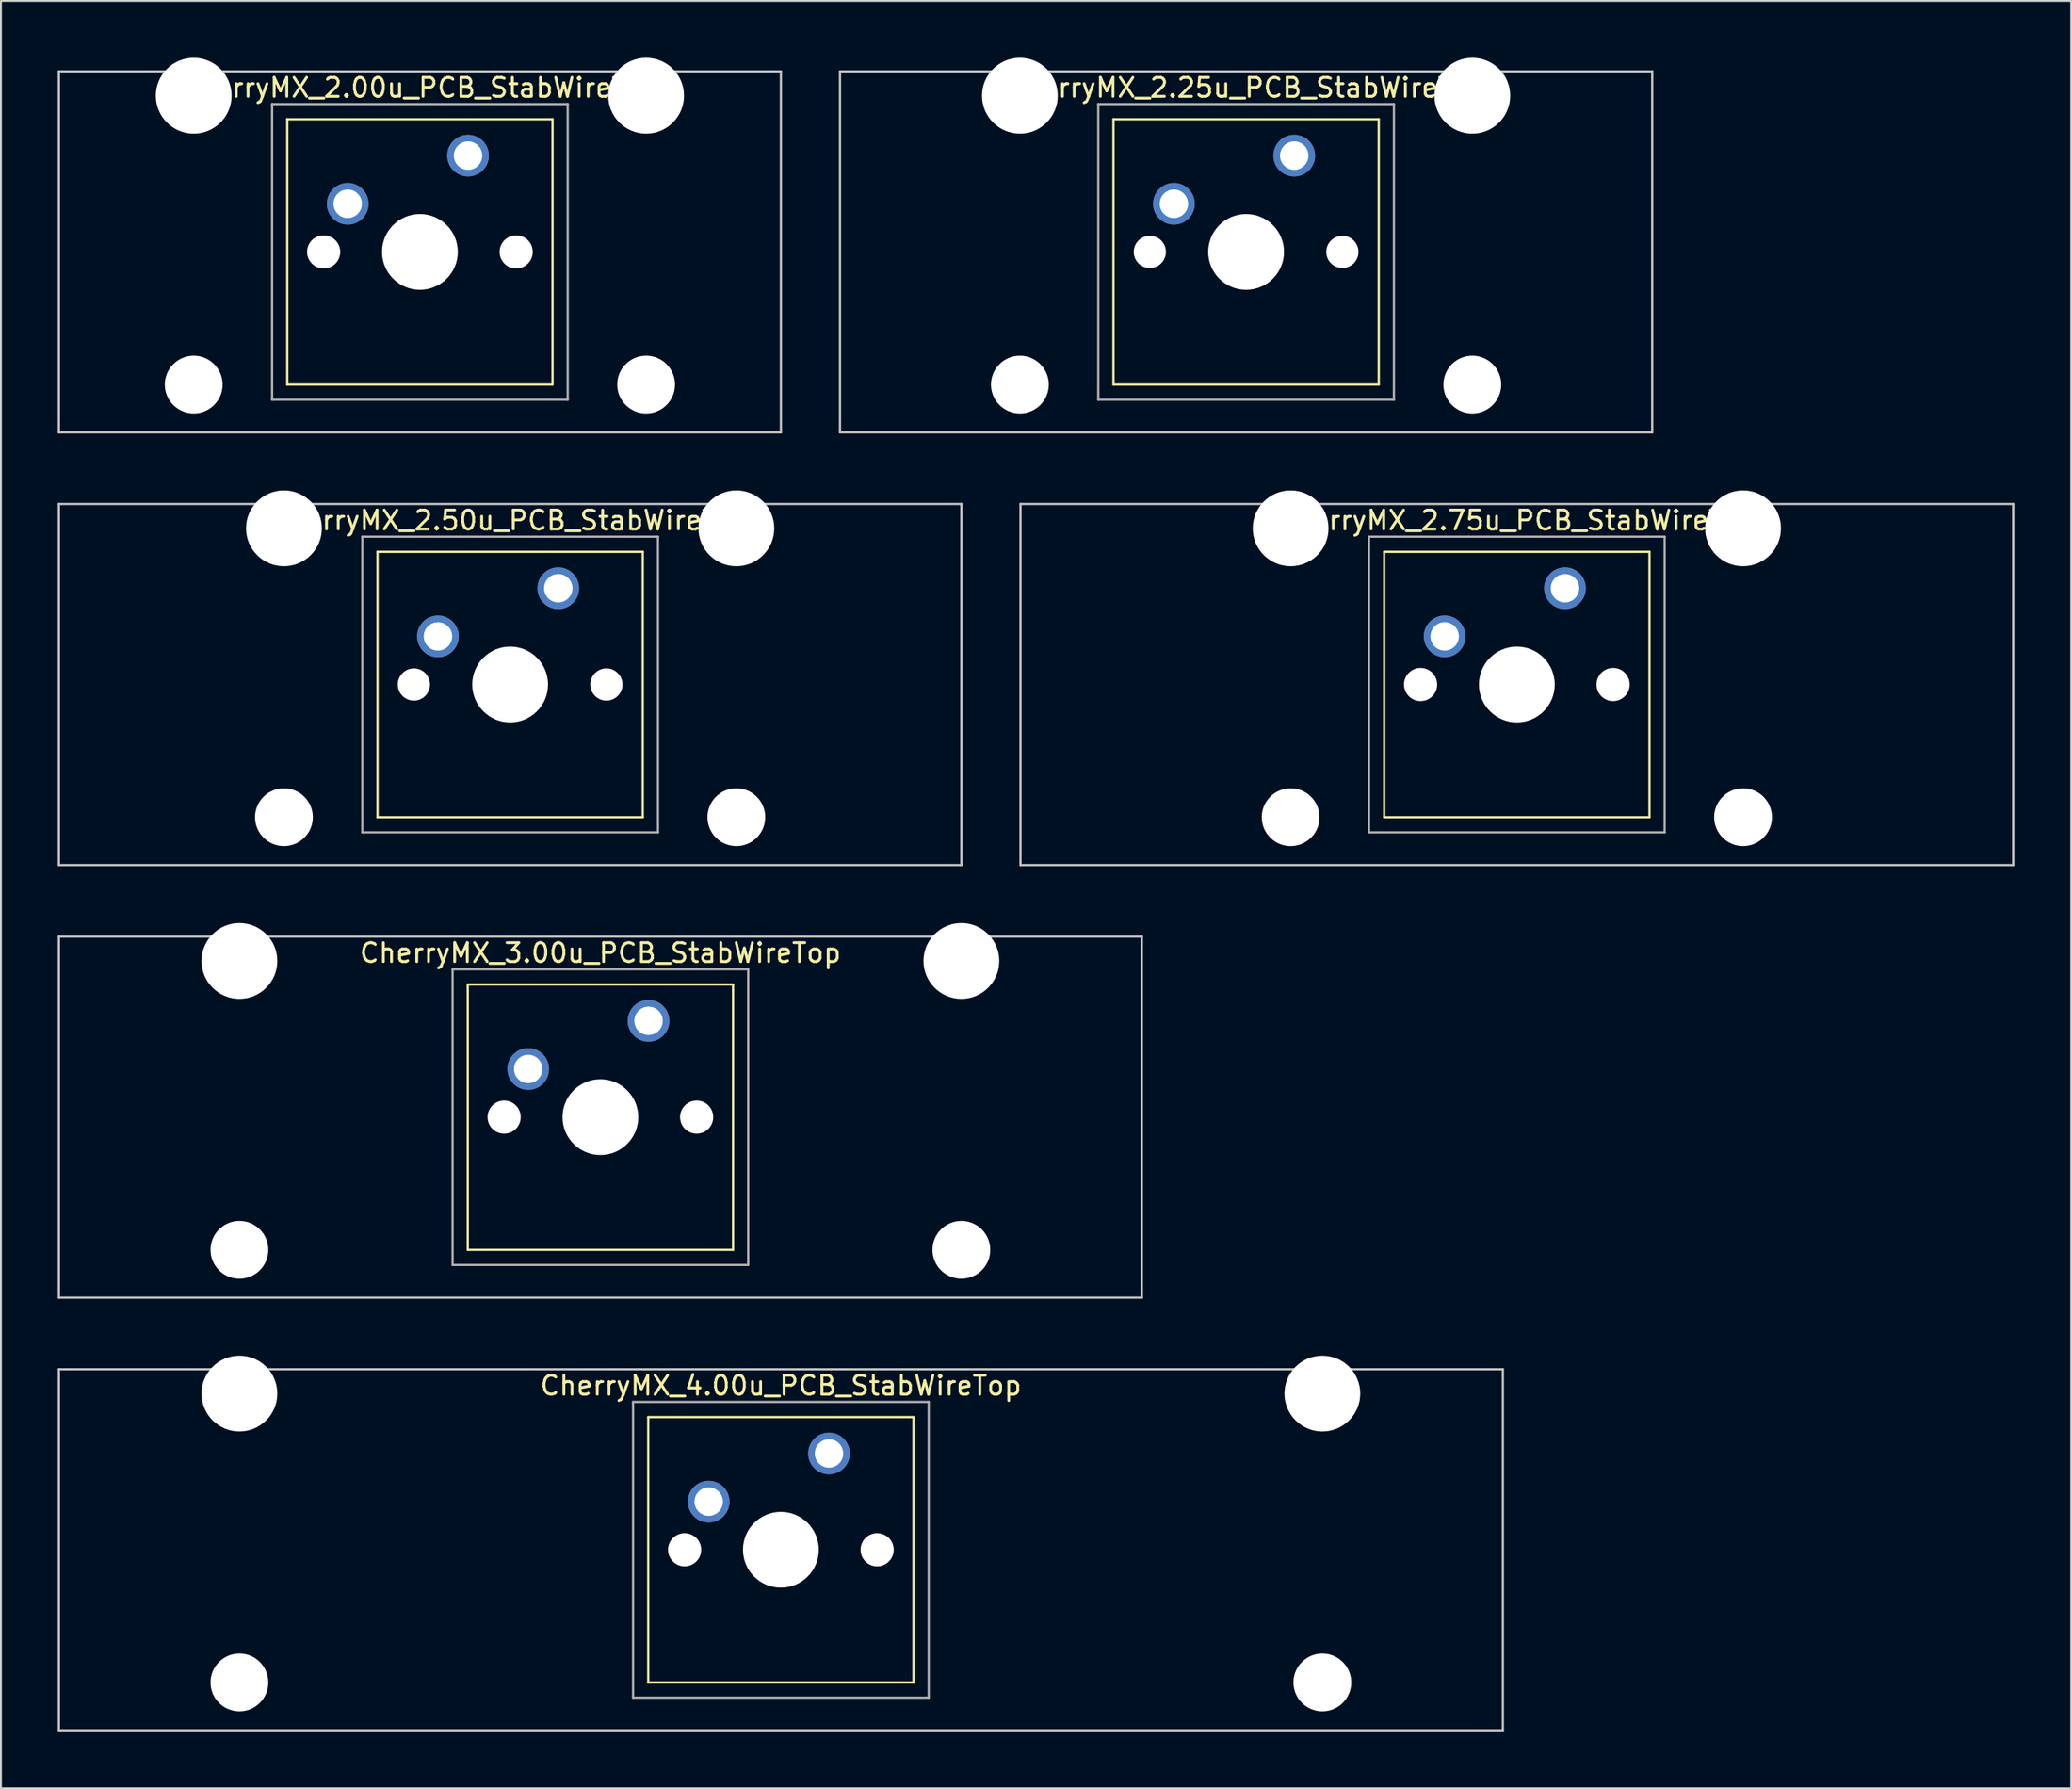
<source format=kicad_pcb>
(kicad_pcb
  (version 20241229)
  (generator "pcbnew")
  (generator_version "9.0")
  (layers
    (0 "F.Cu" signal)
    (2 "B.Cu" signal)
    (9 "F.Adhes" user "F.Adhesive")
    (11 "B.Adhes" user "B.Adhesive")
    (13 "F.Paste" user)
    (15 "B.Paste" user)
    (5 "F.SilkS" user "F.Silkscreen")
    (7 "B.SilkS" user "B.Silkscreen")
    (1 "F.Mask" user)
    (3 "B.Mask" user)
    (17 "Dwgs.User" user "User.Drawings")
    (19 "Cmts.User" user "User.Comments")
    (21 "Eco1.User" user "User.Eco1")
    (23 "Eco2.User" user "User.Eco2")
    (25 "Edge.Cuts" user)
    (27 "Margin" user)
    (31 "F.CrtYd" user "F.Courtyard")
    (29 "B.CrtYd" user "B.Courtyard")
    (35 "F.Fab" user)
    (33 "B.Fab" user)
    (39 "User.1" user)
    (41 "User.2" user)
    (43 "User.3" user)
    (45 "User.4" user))
  (footprint "CherryMX_2.50u_PCB_StabWireTop"
    (layer "F.Cu")
    (at 23.872 33.065)
    (property "Reference" "CherryMX_2.50u_PCB_StabWireTop" (at 0 -8.662 0) (layer "F.SilkS") (effects (font (size 1 1) (thickness 0.15))))
    (attr through_hole)
    (fp_line (start -7 -7) (end -7 7) (stroke (width 0.12) (type solid)) (layer "F.SilkS"))
    (fp_line (start -7 -7) (end 7 -7) (stroke (width 0.12) (type solid)) (layer "F.SilkS"))
    (fp_line (start 7 -7) (end 7 7) (stroke (width 0.12) (type solid)) (layer "F.SilkS"))
    (fp_line (start 7 7) (end -7 7) (stroke (width 0.12) (type solid)) (layer "F.SilkS"))
    (fp_line (start -23.812 -9.525) (end 23.812 -9.525) (stroke (width 0.12) (type solid)) (layer "Dwgs.User"))
    (fp_line (start -23.812 9.525) (end -23.812 -9.525) (stroke (width 0.12) (type solid)) (layer "Dwgs.User"))
    (fp_line (start 23.812 -9.525) (end 23.812 9.525) (stroke (width 0.12) (type solid)) (layer "Dwgs.User"))
    (fp_line (start 23.812 9.525) (end -23.812 9.525) (stroke (width 0.12) (type solid)) (layer "Dwgs.User"))
    (fp_line (start -7.8 -7.8) (end -7.8 7.8) (stroke (width 0.12) (type solid)) (layer "F.Fab"))
    (fp_line (start -7.8 -7.8) (end 7.8 -7.8) (stroke (width 0.12) (type solid)) (layer "F.Fab"))
    (fp_line (start -7.8 7.8) (end 7.8 7.8) (stroke (width 0.12) (type solid)) (layer "F.Fab"))
    (fp_line (start 7.8 -7.8) (end 7.8 7.8) (stroke (width 0.12) (type solid)) (layer "F.Fab"))
    (pad "" np_thru_hole circle (at -11.938 -8.24) (size 4 4) (drill 4) (layers "*.Cu" "*.Mask"))
    (pad "" np_thru_hole circle (at -11.938 7) (size 3.05 3.05) (drill 3.05) (layers "*.Cu" "*.Mask"))
    (pad "" np_thru_hole circle (at -5.08 0) (size 1.7 1.7) (drill 1.7) (layers "*.Cu" "*.Mask"))
    (pad "" np_thru_hole circle (at 0 0) (size 4 4) (drill 4) (layers "*.Cu" "*.Mask"))
    (pad "" np_thru_hole circle (at 5.08 0) (size 1.7 1.7) (drill 1.7) (layers "*.Cu" "*.Mask"))
    (pad "" np_thru_hole circle (at 11.938 -8.24) (size 4 4) (drill 4) (layers "*.Cu" "*.Mask"))
    (pad "" np_thru_hole circle (at 11.938 7) (size 3.05 3.05) (drill 3.05) (layers "*.Cu" "*.Mask"))
    (pad "1" thru_hole circle (at -3.81 -2.54) (size 2.2 2.2) (drill 1.5) (layers "*.Cu" "*.Mask"))
    (pad "2" thru_hole circle (at 2.54 -5.08) (size 2.2 2.2) (drill 1.5) (layers "*.Cu" "*.Mask")))
  (footprint "CherryMX_2.25u_PCB_StabWireTop"
    (layer "F.Cu")
    (at 62.711 10.24)
    (property "Reference" "CherryMX_2.25u_PCB_StabWireTop" (at 0 -8.662 0) (layer "F.SilkS") (effects (font (size 1 1) (thickness 0.15))))
    (attr through_hole)
    (fp_line (start -7 -7) (end -7 7) (stroke (width 0.12) (type solid)) (layer "F.SilkS"))
    (fp_line (start -7 -7) (end 7 -7) (stroke (width 0.12) (type solid)) (layer "F.SilkS"))
    (fp_line (start 7 -7) (end 7 7) (stroke (width 0.12) (type solid)) (layer "F.SilkS"))
    (fp_line (start 7 7) (end -7 7) (stroke (width 0.12) (type solid)) (layer "F.SilkS"))
    (fp_line (start -21.431 -9.525) (end 21.431 -9.525) (stroke (width 0.12) (type solid)) (layer "Dwgs.User"))
    (fp_line (start -21.431 9.525) (end -21.431 -9.525) (stroke (width 0.12) (type solid)) (layer "Dwgs.User"))
    (fp_line (start 21.431 -9.525) (end 21.431 9.525) (stroke (width 0.12) (type solid)) (layer "Dwgs.User"))
    (fp_line (start 21.431 9.525) (end -21.431 9.525) (stroke (width 0.12) (type solid)) (layer "Dwgs.User"))
    (fp_line (start -7.8 -7.8) (end -7.8 7.8) (stroke (width 0.12) (type solid)) (layer "F.Fab"))
    (fp_line (start -7.8 -7.8) (end 7.8 -7.8) (stroke (width 0.12) (type solid)) (layer "F.Fab"))
    (fp_line (start -7.8 7.8) (end 7.8 7.8) (stroke (width 0.12) (type solid)) (layer "F.Fab"))
    (fp_line (start 7.8 -7.8) (end 7.8 7.8) (stroke (width 0.12) (type solid)) (layer "F.Fab"))
    (pad "" np_thru_hole circle (at -11.938 -8.24) (size 4 4) (drill 4) (layers "*.Cu" "*.Mask"))
    (pad "" np_thru_hole circle (at -11.938 7) (size 3.05 3.05) (drill 3.05) (layers "*.Cu" "*.Mask"))
    (pad "" np_thru_hole circle (at -5.08 0) (size 1.7 1.7) (drill 1.7) (layers "*.Cu" "*.Mask"))
    (pad "" np_thru_hole circle (at 0 0) (size 4 4) (drill 4) (layers "*.Cu" "*.Mask"))
    (pad "" np_thru_hole circle (at 5.08 0) (size 1.7 1.7) (drill 1.7) (layers "*.Cu" "*.Mask"))
    (pad "" np_thru_hole circle (at 11.938 -8.24) (size 4 4) (drill 4) (layers "*.Cu" "*.Mask"))
    (pad "" np_thru_hole circle (at 11.938 7) (size 3.05 3.05) (drill 3.05) (layers "*.Cu" "*.Mask"))
    (pad "1" thru_hole circle (at -3.81 -2.54) (size 2.2 2.2) (drill 1.5) (layers "*.Cu" "*.Mask"))
    (pad "2" thru_hole circle (at 2.54 -5.08) (size 2.2 2.2) (drill 1.5) (layers "*.Cu" "*.Mask")))
  (footprint "CherryMX_4.00u_PCB_StabWireTop"
    (layer "F.Cu")
    (at 38.16 78.715)
    (property "Reference" "CherryMX_4.00u_PCB_StabWireTop" (at 0 -8.662 0) (layer "F.SilkS") (effects (font (size 1 1) (thickness 0.15))))
    (attr through_hole)
    (fp_line (start -7 -7) (end -7 7) (stroke (width 0.12) (type solid)) (layer "F.SilkS"))
    (fp_line (start -7 -7) (end 7 -7) (stroke (width 0.12) (type solid)) (layer "F.SilkS"))
    (fp_line (start 7 -7) (end 7 7) (stroke (width 0.12) (type solid)) (layer "F.SilkS"))
    (fp_line (start 7 7) (end -7 7) (stroke (width 0.12) (type solid)) (layer "F.SilkS"))
    (fp_line (start -38.1 -9.525) (end 38.1 -9.525) (stroke (width 0.12) (type solid)) (layer "Dwgs.User"))
    (fp_line (start -38.1 9.525) (end -38.1 -9.525) (stroke (width 0.12) (type solid)) (layer "Dwgs.User"))
    (fp_line (start 38.1 -9.525) (end 38.1 9.525) (stroke (width 0.12) (type solid)) (layer "Dwgs.User"))
    (fp_line (start 38.1 9.525) (end -38.1 9.525) (stroke (width 0.12) (type solid)) (layer "Dwgs.User"))
    (fp_line (start -7.8 -7.8) (end -7.8 7.8) (stroke (width 0.12) (type solid)) (layer "F.Fab"))
    (fp_line (start -7.8 -7.8) (end 7.8 -7.8) (stroke (width 0.12) (type solid)) (layer "F.Fab"))
    (fp_line (start -7.8 7.8) (end 7.8 7.8) (stroke (width 0.12) (type solid)) (layer "F.Fab"))
    (fp_line (start 7.8 -7.8) (end 7.8 7.8) (stroke (width 0.12) (type solid)) (layer "F.Fab"))
    (pad "" np_thru_hole circle (at -28.575 -8.24) (size 4 4) (drill 4) (layers "*.Cu" "*.Mask"))
    (pad "" np_thru_hole circle (at -28.575 7) (size 3.05 3.05) (drill 3.05) (layers "*.Cu" "*.Mask"))
    (pad "" np_thru_hole circle (at -5.08 0) (size 1.75 1.75) (drill 1.75) (layers "*.Cu" "*.Mask"))
    (pad "" np_thru_hole circle (at 0 0) (size 4 4) (drill 4) (layers "*.Cu" "*.Mask"))
    (pad "" np_thru_hole circle (at 5.08 0) (size 1.75 1.75) (drill 1.75) (layers "*.Cu" "*.Mask"))
    (pad "" np_thru_hole circle (at 28.575 -8.24) (size 4 4) (drill 4) (layers "*.Cu" "*.Mask"))
    (pad "" np_thru_hole circle (at 28.575 7) (size 3.05 3.05) (drill 3.05) (layers "*.Cu" "*.Mask"))
    (pad "1" thru_hole circle (at -3.81 -2.54) (size 2.2 2.2) (drill 1.5) (layers "*.Cu" "*.Mask"))
    (pad "2" thru_hole circle (at 2.54 -5.08) (size 2.2 2.2) (drill 1.5) (layers "*.Cu" "*.Mask")))
  (footprint "CherryMX_2.00u_PCB_StabWireTop"
    (layer "F.Cu")
    (at 19.11 10.24)
    (property "Reference" "CherryMX_2.00u_PCB_StabWireTop" (at 0 -8.662 0) (layer "F.SilkS") (effects (font (size 1 1) (thickness 0.15))))
    (attr through_hole)
    (fp_line (start -7 -7) (end -7 7) (stroke (width 0.12) (type solid)) (layer "F.SilkS"))
    (fp_line (start -7 -7) (end 7 -7) (stroke (width 0.12) (type solid)) (layer "F.SilkS"))
    (fp_line (start 7 -7) (end 7 7) (stroke (width 0.12) (type solid)) (layer "F.SilkS"))
    (fp_line (start 7 7) (end -7 7) (stroke (width 0.12) (type solid)) (layer "F.SilkS"))
    (fp_line (start -19.05 -9.525) (end 19.05 -9.525) (stroke (width 0.12) (type solid)) (layer "Dwgs.User"))
    (fp_line (start -19.05 9.525) (end -19.05 -9.525) (stroke (width 0.12) (type solid)) (layer "Dwgs.User"))
    (fp_line (start 19.05 -9.525) (end 19.05 9.525) (stroke (width 0.12) (type solid)) (layer "Dwgs.User"))
    (fp_line (start 19.05 9.525) (end -19.05 9.525) (stroke (width 0.12) (type solid)) (layer "Dwgs.User"))
    (fp_line (start -7.8 -7.8) (end -7.8 7.8) (stroke (width 0.12) (type solid)) (layer "F.Fab"))
    (fp_line (start -7.8 -7.8) (end 7.8 -7.8) (stroke (width 0.12) (type solid)) (layer "F.Fab"))
    (fp_line (start -7.8 7.8) (end 7.8 7.8) (stroke (width 0.12) (type solid)) (layer "F.Fab"))
    (fp_line (start 7.8 -7.8) (end 7.8 7.8) (stroke (width 0.12) (type solid)) (layer "F.Fab"))
    (pad "" np_thru_hole circle (at -11.938 -8.24) (size 4 4) (drill 4) (layers "*.Cu" "*.Mask"))
    (pad "" np_thru_hole circle (at -11.938 7) (size 3.05 3.05) (drill 3.05) (layers "*.Cu" "*.Mask"))
    (pad "" np_thru_hole circle (at -5.08 0) (size 1.75 1.75) (drill 1.75) (layers "*.Cu" "*.Mask"))
    (pad "" np_thru_hole circle (at 0 0) (size 4 4) (drill 4) (layers "*.Cu" "*.Mask"))
    (pad "" np_thru_hole circle (at 5.08 0) (size 1.75 1.75) (drill 1.75) (layers "*.Cu" "*.Mask"))
    (pad "" np_thru_hole circle (at 11.938 -8.24) (size 4 4) (drill 4) (layers "*.Cu" "*.Mask"))
    (pad "" np_thru_hole circle (at 11.938 7) (size 3.05 3.05) (drill 3.05) (layers "*.Cu" "*.Mask"))
    (pad "1" thru_hole circle (at -3.81 -2.54) (size 2.2 2.2) (drill 1.5) (layers "*.Cu" "*.Mask"))
    (pad "2" thru_hole circle (at 2.54 -5.08) (size 2.2 2.2) (drill 1.5) (layers "*.Cu" "*.Mask")))
  (footprint "CherryMX_2.75u_PCB_StabWireTop"
    (layer "F.Cu")
    (at 76.999 33.065)
    (property "Reference" "CherryMX_2.75u_PCB_StabWireTop" (at 0 -8.662 0) (layer "F.SilkS") (effects (font (size 1 1) (thickness 0.15))))
    (attr through_hole)
    (fp_line (start -7 -7) (end -7 7) (stroke (width 0.12) (type solid)) (layer "F.SilkS"))
    (fp_line (start -7 -7) (end 7 -7) (stroke (width 0.12) (type solid)) (layer "F.SilkS"))
    (fp_line (start 7 -7) (end 7 7) (stroke (width 0.12) (type solid)) (layer "F.SilkS"))
    (fp_line (start 7 7) (end -7 7) (stroke (width 0.12) (type solid)) (layer "F.SilkS"))
    (fp_line (start -26.194 -9.525) (end 26.194 -9.525) (stroke (width 0.12) (type solid)) (layer "Dwgs.User"))
    (fp_line (start -26.194 9.525) (end -26.194 -9.525) (stroke (width 0.12) (type solid)) (layer "Dwgs.User"))
    (fp_line (start 26.194 -9.525) (end 26.194 9.525) (stroke (width 0.12) (type solid)) (layer "Dwgs.User"))
    (fp_line (start 26.194 9.525) (end -26.194 9.525) (stroke (width 0.12) (type solid)) (layer "Dwgs.User"))
    (fp_line (start -7.8 -7.8) (end -7.8 7.8) (stroke (width 0.12) (type solid)) (layer "F.Fab"))
    (fp_line (start -7.8 -7.8) (end 7.8 -7.8) (stroke (width 0.12) (type solid)) (layer "F.Fab"))
    (fp_line (start -7.8 7.8) (end 7.8 7.8) (stroke (width 0.12) (type solid)) (layer "F.Fab"))
    (fp_line (start 7.8 -7.8) (end 7.8 7.8) (stroke (width 0.12) (type solid)) (layer "F.Fab"))
    (pad "" np_thru_hole circle (at -11.938 -8.24) (size 4 4) (drill 4) (layers "*.Cu" "*.Mask"))
    (pad "" np_thru_hole circle (at -11.938 7) (size 3.05 3.05) (drill 3.05) (layers "*.Cu" "*.Mask"))
    (pad "" np_thru_hole circle (at -5.08 0) (size 1.75 1.75) (drill 1.75) (layers "*.Cu" "*.Mask"))
    (pad "" np_thru_hole circle (at 0 0) (size 4 4) (drill 4) (layers "*.Cu" "*.Mask"))
    (pad "" np_thru_hole circle (at 5.08 0) (size 1.75 1.75) (drill 1.75) (layers "*.Cu" "*.Mask"))
    (pad "" np_thru_hole circle (at 11.938 -8.24) (size 4 4) (drill 4) (layers "*.Cu" "*.Mask"))
    (pad "" np_thru_hole circle (at 11.938 7) (size 3.05 3.05) (drill 3.05) (layers "*.Cu" "*.Mask"))
    (pad "1" thru_hole circle (at -3.81 -2.54) (size 2.2 2.2) (drill 1.5) (layers "*.Cu" "*.Mask"))
    (pad "2" thru_hole circle (at 2.54 -5.08) (size 2.2 2.2) (drill 1.5) (layers "*.Cu" "*.Mask")))
  (footprint "CherryMX_3.00u_PCB_StabWireTop"
    (layer "F.Cu")
    (at 28.635 55.89)
    (property "Reference" "CherryMX_3.00u_PCB_StabWireTop" (at 0 -8.662 0) (layer "F.SilkS") (effects (font (size 1 1) (thickness 0.15))))
    (attr through_hole)
    (fp_line (start -7 -7) (end -7 7) (stroke (width 0.12) (type solid)) (layer "F.SilkS"))
    (fp_line (start -7 -7) (end 7 -7) (stroke (width 0.12) (type solid)) (layer "F.SilkS"))
    (fp_line (start 7 -7) (end 7 7) (stroke (width 0.12) (type solid)) (layer "F.SilkS"))
    (fp_line (start 7 7) (end -7 7) (stroke (width 0.12) (type solid)) (layer "F.SilkS"))
    (fp_line (start -28.575 -9.525) (end 28.575 -9.525) (stroke (width 0.12) (type solid)) (layer "Dwgs.User"))
    (fp_line (start -28.575 9.525) (end -28.575 -9.525) (stroke (width 0.12) (type solid)) (layer "Dwgs.User"))
    (fp_line (start 28.575 -9.525) (end 28.575 9.525) (stroke (width 0.12) (type solid)) (layer "Dwgs.User"))
    (fp_line (start 28.575 9.525) (end -28.575 9.525) (stroke (width 0.12) (type solid)) (layer "Dwgs.User"))
    (fp_line (start -7.8 -7.8) (end -7.8 7.8) (stroke (width 0.12) (type solid)) (layer "F.Fab"))
    (fp_line (start -7.8 -7.8) (end 7.8 -7.8) (stroke (width 0.12) (type solid)) (layer "F.Fab"))
    (fp_line (start -7.8 7.8) (end 7.8 7.8) (stroke (width 0.12) (type solid)) (layer "F.Fab"))
    (fp_line (start 7.8 -7.8) (end 7.8 7.8) (stroke (width 0.12) (type solid)) (layer "F.Fab"))
    (pad "" np_thru_hole circle (at -19.05 -8.24) (size 4 4) (drill 4) (layers "*.Cu" "*.Mask"))
    (pad "" np_thru_hole circle (at -19.05 7) (size 3.05 3.05) (drill 3.05) (layers "*.Cu" "*.Mask"))
    (pad "" np_thru_hole circle (at -5.08 0) (size 1.75 1.75) (drill 1.75) (layers "*.Cu" "*.Mask"))
    (pad "" np_thru_hole circle (at 0 0) (size 4 4) (drill 4) (layers "*.Cu" "*.Mask"))
    (pad "" np_thru_hole circle (at 5.08 0) (size 1.75 1.75) (drill 1.75) (layers "*.Cu" "*.Mask"))
    (pad "" np_thru_hole circle (at 19.05 -8.24) (size 4 4) (drill 4) (layers "*.Cu" "*.Mask"))
    (pad "" np_thru_hole circle (at 19.05 7) (size 3.05 3.05) (drill 3.05) (layers "*.Cu" "*.Mask"))
    (pad "1" thru_hole circle (at -3.81 -2.54) (size 2.2 2.2) (drill 1.5) (layers "*.Cu" "*.Mask"))
    (pad "2" thru_hole circle (at 2.54 -5.08) (size 2.2 2.2) (drill 1.5) (layers "*.Cu" "*.Mask")))
  (gr_rect
    (start -3 -3)
    (end 106.252 91.3)
    (stroke (width 0.1) (type default))
    (fill no)
    (layer "Edge.Cuts")))
</source>
